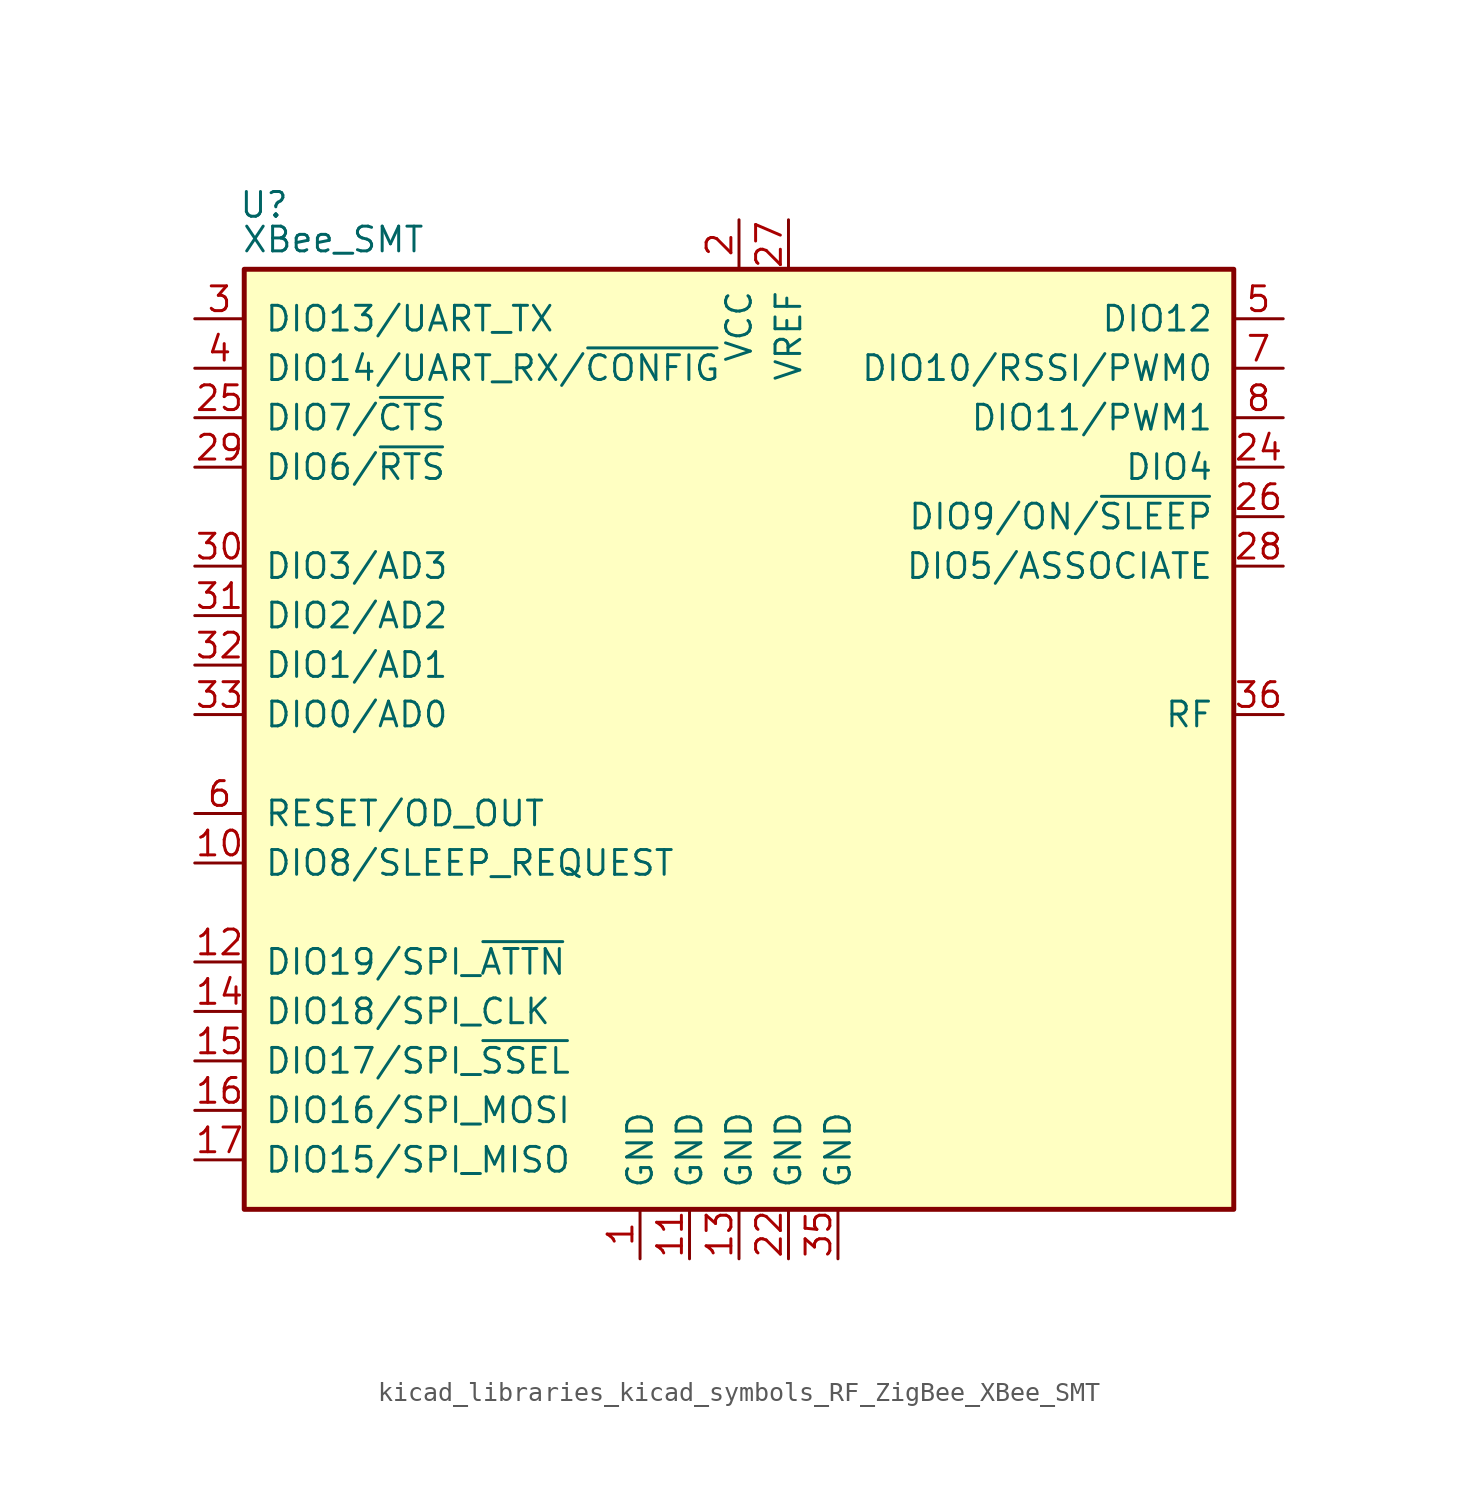
<source format=kicad_sym>
(kicad_symbol_lib
  (version 20220914)
  (generator kicad_symbol_editor)
  (symbol "kicad_libraries_kicad_symbols_RF_ZigBee_XBee_SMT"
    (pin_names
      (offset 1.016))
    (property "Reference" "U"
      (at -24.384 26.162 0)
      (effects (font (size 1.27 1.27))))
    (property "Value" "XBee_SMT"
      (at -20.828 24.384 0)
      (effects (font (size 1.27 1.27))))
    (symbol "kicad_libraries_kicad_symbols_RF_ZigBee_XBee_SMT_0_1"
      (rectangle (start -25.4 22.86) (end 25.4 -25.4) (stroke (width 0.254) (type default)) (fill (type background))))
    (symbol "kicad_libraries_kicad_symbols_RF_ZigBee_XBee_SMT_1_1"
      (pin power_in line (at -5.08 -27.94 90) (length 2.54) (name "GND" (effects (font (size 1.27 1.27)))) (number "1" (effects (font (size 1.27 1.27)))))
      (pin bidirectional line (at -27.94 -7.62 0) (length 2.54) (name "DIO8/SLEEP_REQUEST" (effects (font (size 1.27 1.27)))) (number "10" (effects (font (size 1.27 1.27)))))
      (pin power_in line (at -2.54 -27.94 90) (length 2.54) (name "GND" (effects (font (size 1.27 1.27)))) (number "11" (effects (font (size 1.27 1.27)))))
      (pin output line (at -27.94 -12.7 0) (length 2.54) (name "DIO19/SPI_~{ATTN}" (effects (font (size 1.27 1.27)))) (number "12" (effects (font (size 1.27 1.27)))))
      (pin power_in line (at 0 -27.94 90) (length 2.54) (name "GND" (effects (font (size 1.27 1.27)))) (number "13" (effects (font (size 1.27 1.27)))))
      (pin input line (at -27.94 -15.24 0) (length 2.54) (name "DIO18/SPI_CLK" (effects (font (size 1.27 1.27)))) (number "14" (effects (font (size 1.27 1.27)))))
      (pin input line (at -27.94 -17.78 0) (length 2.54) (name "DIO17/SPI_~{SSEL}" (effects (font (size 1.27 1.27)))) (number "15" (effects (font (size 1.27 1.27)))))
      (pin input line (at -27.94 -20.32 0) (length 2.54) (name "DIO16/SPI_MOSI" (effects (font (size 1.27 1.27)))) (number "16" (effects (font (size 1.27 1.27)))))
      (pin output line (at -27.94 -22.86 0) (length 2.54) (name "DIO15/SPI_MISO" (effects (font (size 1.27 1.27)))) (number "17" (effects (font (size 1.27 1.27)))))
      (pin no_connect line (at 25.4 -20.32 180) (length 2.54) hide (name "NC" (effects (font (size 1.27 1.27)))) (number "18" (effects (font (size 1.27 1.27)))))
      (pin no_connect line (at 25.4 -17.78 180) (length 2.54) hide (name "NC" (effects (font (size 1.27 1.27)))) (number "19" (effects (font (size 1.27 1.27)))))
      (pin power_in line (at 0 25.4 270) (length 2.54) (name "VCC" (effects (font (size 1.27 1.27)))) (number "2" (effects (font (size 1.27 1.27)))))
      (pin no_connect line (at 25.4 -15.24 180) (length 2.54) hide (name "NC" (effects (font (size 1.27 1.27)))) (number "20" (effects (font (size 1.27 1.27)))))
      (pin no_connect line (at 25.4 -12.7 180) (length 2.54) hide (name "NC" (effects (font (size 1.27 1.27)))) (number "21" (effects (font (size 1.27 1.27)))))
      (pin power_in line (at 2.54 -27.94 90) (length 2.54) (name "GND" (effects (font (size 1.27 1.27)))) (number "22" (effects (font (size 1.27 1.27)))))
      (pin no_connect line (at 25.4 -10.16 180) (length 2.54) hide (name "NC" (effects (font (size 1.27 1.27)))) (number "23" (effects (font (size 1.27 1.27)))))
      (pin bidirectional line (at 27.94 12.7 180) (length 2.54) (name "DIO4" (effects (font (size 1.27 1.27)))) (number "24" (effects (font (size 1.27 1.27)))))
      (pin bidirectional line (at -27.94 15.24 0) (length 2.54) (name "DIO7/~{CTS}" (effects (font (size 1.27 1.27)))) (number "25" (effects (font (size 1.27 1.27)))))
      (pin bidirectional line (at 27.94 10.16 180) (length 2.54) (name "DIO9/ON/~{SLEEP}" (effects (font (size 1.27 1.27)))) (number "26" (effects (font (size 1.27 1.27)))))
      (pin input line (at 2.54 25.4 270) (length 2.54) (name "VREF" (effects (font (size 1.27 1.27)))) (number "27" (effects (font (size 1.27 1.27)))))
      (pin bidirectional line (at 27.94 7.62 180) (length 2.54) (name "DIO5/ASSOCIATE" (effects (font (size 1.27 1.27)))) (number "28" (effects (font (size 1.27 1.27)))))
      (pin bidirectional line (at -27.94 12.7 0) (length 2.54) (name "DIO6/~{RTS}" (effects (font (size 1.27 1.27)))) (number "29" (effects (font (size 1.27 1.27)))))
      (pin bidirectional line (at -27.94 20.32 0) (length 2.54) (name "DIO13/UART_TX" (effects (font (size 1.27 1.27)))) (number "3" (effects (font (size 1.27 1.27)))))
      (pin bidirectional line (at -27.94 7.62 0) (length 2.54) (name "DIO3/AD3" (effects (font (size 1.27 1.27)))) (number "30" (effects (font (size 1.27 1.27)))))
      (pin bidirectional line (at -27.94 5.08 0) (length 2.54) (name "DIO2/AD2" (effects (font (size 1.27 1.27)))) (number "31" (effects (font (size 1.27 1.27)))))
      (pin bidirectional line (at -27.94 2.54 0) (length 2.54) (name "DIO1/AD1" (effects (font (size 1.27 1.27)))) (number "32" (effects (font (size 1.27 1.27)))))
      (pin bidirectional line (at -27.94 0 0) (length 2.54) (name "DIO0/AD0" (effects (font (size 1.27 1.27)))) (number "33" (effects (font (size 1.27 1.27)))))
      (pin no_connect line (at 25.4 -7.62 180) (length 2.54) hide (name "NC" (effects (font (size 1.27 1.27)))) (number "34" (effects (font (size 1.27 1.27)))))
      (pin power_in line (at 5.08 -27.94 90) (length 2.54) (name "GND" (effects (font (size 1.27 1.27)))) (number "35" (effects (font (size 1.27 1.27)))))
      (pin bidirectional line (at 27.94 0 180) (length 2.54) (name "RF" (effects (font (size 1.27 1.27)))) (number "36" (effects (font (size 1.27 1.27)))))
      (pin no_connect line (at 25.4 -5.08 180) (length 2.54) hide (name "NC" (effects (font (size 1.27 1.27)))) (number "37" (effects (font (size 1.27 1.27)))))
      (pin bidirectional line (at -27.94 17.78 0) (length 2.54) (name "DIO14/UART_RX/~{CONFIG}" (effects (font (size 1.27 1.27)))) (number "4" (effects (font (size 1.27 1.27)))))
      (pin bidirectional line (at 27.94 20.32 180) (length 2.54) (name "DIO12" (effects (font (size 1.27 1.27)))) (number "5" (effects (font (size 1.27 1.27)))))
      (pin bidirectional line (at -27.94 -5.08 0) (length 2.54) (name "RESET/OD_OUT" (effects (font (size 1.27 1.27)))) (number "6" (effects (font (size 1.27 1.27)))))
      (pin bidirectional line (at 27.94 17.78 180) (length 2.54) (name "DIO10/RSSI/PWM0" (effects (font (size 1.27 1.27)))) (number "7" (effects (font (size 1.27 1.27)))))
      (pin bidirectional line (at 27.94 15.24 180) (length 2.54) (name "DIO11/PWM1" (effects (font (size 1.27 1.27)))) (number "8" (effects (font (size 1.27 1.27)))))
      (pin no_connect line (at 25.4 -22.86 180) (length 2.54) hide (name "NC" (effects (font (size 1.27 1.27)))) (number "9" (effects (font (size 1.27 1.27))))))))
</source>
